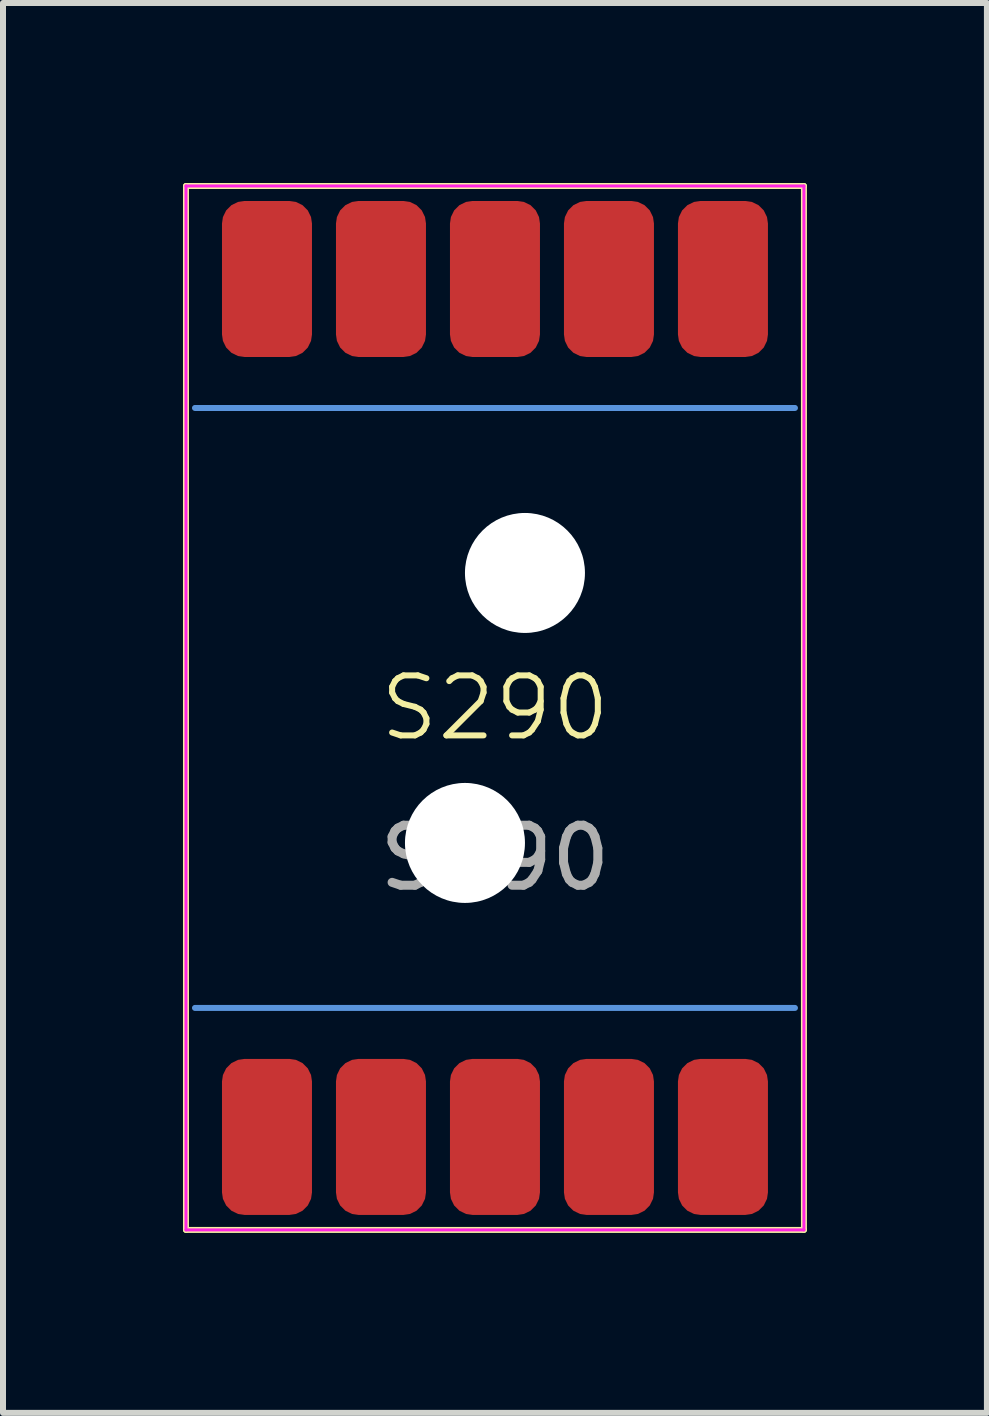
<source format=kicad_pcb>
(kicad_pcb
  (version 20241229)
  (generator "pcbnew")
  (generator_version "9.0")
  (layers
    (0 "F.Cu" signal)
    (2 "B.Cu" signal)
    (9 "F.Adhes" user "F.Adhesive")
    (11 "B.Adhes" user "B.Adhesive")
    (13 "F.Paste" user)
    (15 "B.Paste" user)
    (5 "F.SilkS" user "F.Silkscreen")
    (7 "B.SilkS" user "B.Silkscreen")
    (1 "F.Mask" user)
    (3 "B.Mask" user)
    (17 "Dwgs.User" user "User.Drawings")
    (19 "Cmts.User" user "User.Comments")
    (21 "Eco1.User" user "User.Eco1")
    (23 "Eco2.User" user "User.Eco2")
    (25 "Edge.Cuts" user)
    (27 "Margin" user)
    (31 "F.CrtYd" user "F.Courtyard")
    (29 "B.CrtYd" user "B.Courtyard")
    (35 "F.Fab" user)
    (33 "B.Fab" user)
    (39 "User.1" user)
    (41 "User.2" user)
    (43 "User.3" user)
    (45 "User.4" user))
  (footprint "S290"
    (layer "F.Cu")
    (at 5.2 8.75)
    (property "Reference" "S290" (at 0 0 0) (unlocked yes) (layer "F.SilkS") (effects (font (size 1 1) (thickness 0.1))))
    (attr smd)
    (fp_line (start -5.15 -8.7) (end 5.15 -8.7) (stroke (width 0.1) (type default)) (layer "F.SilkS"))
    (fp_line (start -5.15 8.7) (end -5.15 -8.7) (stroke (width 0.1) (type default)) (layer "F.SilkS"))
    (fp_line (start 5.15 -8.7) (end 5.15 8.7) (stroke (width 0.1) (type default)) (layer "F.SilkS"))
    (fp_line (start 5.15 8.7) (end -5.15 8.7) (stroke (width 0.1) (type default)) (layer "F.SilkS"))
    (fp_line (start -5 -5) (end 5 -5) (stroke (width 0.1) (type default)) (layer "Cmts.User"))
    (fp_line (start 5 5) (end -5 5) (stroke (width 0.1) (type default)) (layer "Cmts.User"))
    (fp_line (start -5.15 -8.7) (end 5.15 -8.7) (stroke (width 0.05) (type default)) (layer "F.CrtYd"))
    (fp_line (start -5.15 8.7) (end -5.15 -8.7) (stroke (width 0.05) (type default)) (layer "F.CrtYd"))
    (fp_line (start 5.15 -8.7) (end 5.15 8.7) (stroke (width 0.05) (type default)) (layer "F.CrtYd"))
    (fp_line (start 5.15 8.7) (end -5.15 8.7) (stroke (width 0.05) (type default)) (layer "F.CrtYd"))
    (fp_text user "${REFERENCE}" (at 0 2.5 0) (unlocked yes) (layer "F.Fab") (effects (font (size 1 1) (thickness 0.15))))
    (pad "" np_thru_hole circle (at -0.5 2.25) (size 2 2) (drill 2) (layers "*.Cu" "*.Mask"))
    (pad "" np_thru_hole circle (at 0.5 -2.25) (size 2 2) (drill 2) (layers "*.Cu" "*.Mask"))
    (pad "1" smd roundrect (at -3.8 7.15) (size 1.5 2.6) (layers "F.Cu" "F.Mask" "F.Paste") (roundrect_rratio 0.25))
    (pad "2" smd roundrect (at -1.9 7.15) (size 1.5 2.6) (layers "F.Cu" "F.Mask" "F.Paste") (roundrect_rratio 0.25))
    (pad "3" smd roundrect (at 0 7.15) (size 1.5 2.6) (layers "F.Cu" "F.Mask" "F.Paste") (roundrect_rratio 0.25))
    (pad "4" smd roundrect (at 1.9 7.15) (size 1.5 2.6) (layers "F.Cu" "F.Mask" "F.Paste") (roundrect_rratio 0.25))
    (pad "5" smd roundrect (at 3.8 7.15) (size 1.5 2.6) (layers "F.Cu" "F.Mask" "F.Paste") (roundrect_rratio 0.25))
    (pad "6" smd roundrect (at 3.8 -7.15) (size 1.5 2.6) (layers "F.Cu" "F.Mask" "F.Paste") (roundrect_rratio 0.25))
    (pad "7" smd roundrect (at 1.9 -7.15) (size 1.5 2.6) (layers "F.Cu" "F.Mask" "F.Paste") (roundrect_rratio 0.25))
    (pad "8" smd roundrect (at 0 -7.15) (size 1.5 2.6) (layers "F.Cu" "F.Mask" "F.Paste") (roundrect_rratio 0.25))
    (pad "9" smd roundrect (at -1.9 -7.15) (size 1.5 2.6) (layers "F.Cu" "F.Mask" "F.Paste") (roundrect_rratio 0.25))
    (pad "10" smd roundrect (at -3.8 -7.15) (size 1.5 2.6) (layers "F.Cu" "F.Mask" "F.Paste") (roundrect_rratio 0.25)))
  (gr_rect
    (start -3 -3)
    (end 13.4 20.5)
    (stroke (width 0.1) (type default))
    (fill no)
    (layer "Edge.Cuts")))
</source>
